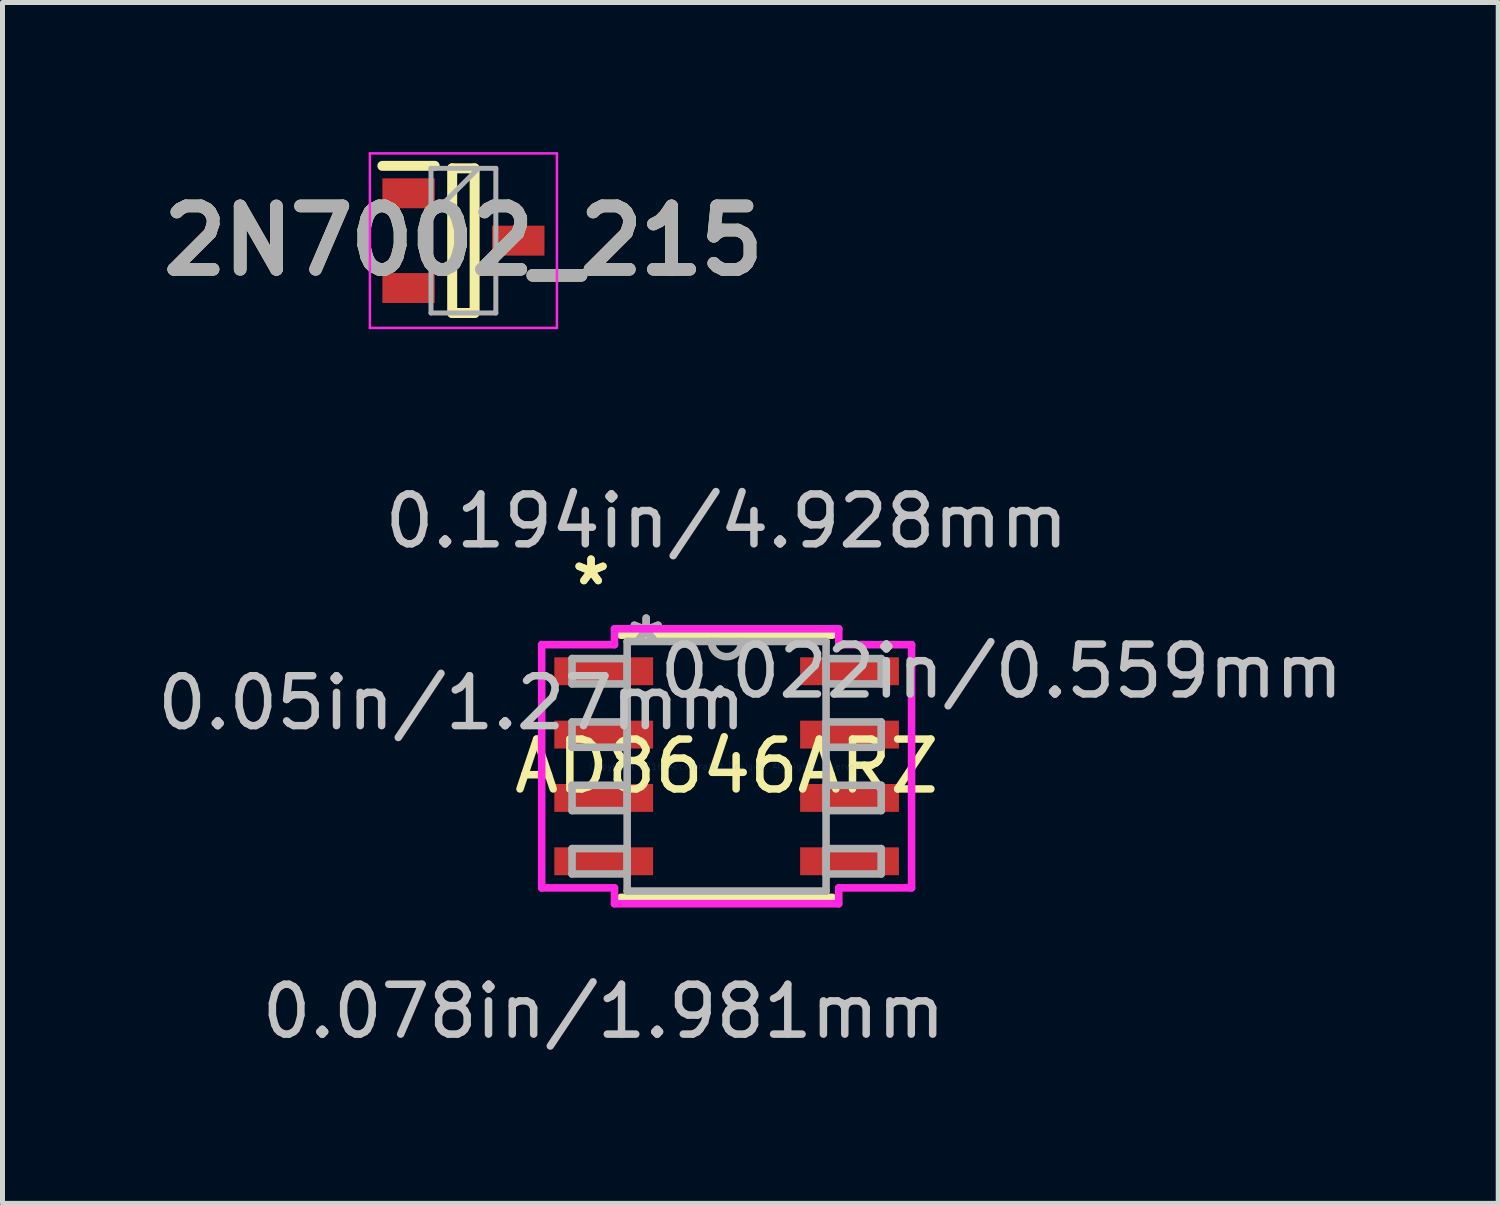
<source format=kicad_pcb>
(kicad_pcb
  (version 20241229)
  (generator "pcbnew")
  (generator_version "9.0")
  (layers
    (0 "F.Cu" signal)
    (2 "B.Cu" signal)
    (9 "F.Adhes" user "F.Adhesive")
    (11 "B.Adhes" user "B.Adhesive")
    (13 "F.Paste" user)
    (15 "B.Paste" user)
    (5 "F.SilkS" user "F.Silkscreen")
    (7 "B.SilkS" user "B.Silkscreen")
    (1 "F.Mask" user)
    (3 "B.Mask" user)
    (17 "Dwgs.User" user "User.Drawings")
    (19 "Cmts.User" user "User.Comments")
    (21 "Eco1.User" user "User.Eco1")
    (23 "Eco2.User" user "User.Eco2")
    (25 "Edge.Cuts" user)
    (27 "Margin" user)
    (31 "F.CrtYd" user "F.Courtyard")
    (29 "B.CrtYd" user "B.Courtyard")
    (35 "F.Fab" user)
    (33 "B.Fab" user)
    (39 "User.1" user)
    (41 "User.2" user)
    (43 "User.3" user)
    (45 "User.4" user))
  (footprint "AD8646ARZ"
    (layer "F.Cu")
    (at 11.518 12.313)
    (property "Reference" "AD8646ARZ" (at 0 0 0) (layer "F.SilkS") (effects (font (size 1 1) (thickness 0.15))))
    (attr through_hole)
    (fp_line (start -2.121 2.629) (end 2.121 2.629) (stroke (width 0.152) (type solid)) (layer "F.SilkS"))
    (fp_line (start 2.121 -2.629) (end -2.121 -2.629) (stroke (width 0.152) (type solid)) (layer "F.SilkS"))
    (fp_line (start -3.708 -2.438) (end -2.248 -2.438) (stroke (width 0.152) (type solid)) (layer "F.CrtYd"))
    (fp_line (start -3.708 2.438) (end -3.708 -2.438) (stroke (width 0.152) (type solid)) (layer "F.CrtYd"))
    (fp_line (start -2.248 -2.756) (end 2.248 -2.756) (stroke (width 0.152) (type solid)) (layer "F.CrtYd"))
    (fp_line (start -2.248 -2.438) (end -2.248 -2.756) (stroke (width 0.152) (type solid)) (layer "F.CrtYd"))
    (fp_line (start -2.248 2.438) (end -3.708 2.438) (stroke (width 0.152) (type solid)) (layer "F.CrtYd"))
    (fp_line (start -2.248 2.756) (end -2.248 2.438) (stroke (width 0.152) (type solid)) (layer "F.CrtYd"))
    (fp_line (start 2.248 -2.756) (end 2.248 -2.438) (stroke (width 0.152) (type solid)) (layer "F.CrtYd"))
    (fp_line (start 2.248 -2.438) (end 3.708 -2.438) (stroke (width 0.152) (type solid)) (layer "F.CrtYd"))
    (fp_line (start 2.248 2.438) (end 2.248 2.756) (stroke (width 0.152) (type solid)) (layer "F.CrtYd"))
    (fp_line (start 2.248 2.756) (end -2.248 2.756) (stroke (width 0.152) (type solid)) (layer "F.CrtYd"))
    (fp_line (start 3.708 -2.438) (end 3.708 2.438) (stroke (width 0.152) (type solid)) (layer "F.CrtYd"))
    (fp_line (start 3.708 2.438) (end 2.248 2.438) (stroke (width 0.152) (type solid)) (layer "F.CrtYd"))
    (fp_line (start -3.099 -2.159) (end -3.099 -1.651) (stroke (width 0.152) (type solid)) (layer "F.Fab"))
    (fp_line (start -3.099 -1.651) (end -1.994 -1.651) (stroke (width 0.152) (type solid)) (layer "F.Fab"))
    (fp_line (start -3.099 -0.889) (end -3.099 -0.381) (stroke (width 0.152) (type solid)) (layer "F.Fab"))
    (fp_line (start -3.099 -0.381) (end -1.994 -0.381) (stroke (width 0.152) (type solid)) (layer "F.Fab"))
    (fp_line (start -3.099 0.381) (end -3.099 0.889) (stroke (width 0.152) (type solid)) (layer "F.Fab"))
    (fp_line (start -3.099 0.889) (end -1.994 0.889) (stroke (width 0.152) (type solid)) (layer "F.Fab"))
    (fp_line (start -3.099 1.651) (end -3.099 2.159) (stroke (width 0.152) (type solid)) (layer "F.Fab"))
    (fp_line (start -3.099 2.159) (end -1.994 2.159) (stroke (width 0.152) (type solid)) (layer "F.Fab"))
    (fp_line (start -1.994 -2.502) (end -1.994 2.502) (stroke (width 0.152) (type solid)) (layer "F.Fab"))
    (fp_line (start -1.994 -2.159) (end -3.099 -2.159) (stroke (width 0.152) (type solid)) (layer "F.Fab"))
    (fp_line (start -1.994 -1.651) (end -1.994 -2.159) (stroke (width 0.152) (type solid)) (layer "F.Fab"))
    (fp_line (start -1.994 -0.889) (end -3.099 -0.889) (stroke (width 0.152) (type solid)) (layer "F.Fab"))
    (fp_line (start -1.994 -0.381) (end -1.994 -0.889) (stroke (width 0.152) (type solid)) (layer "F.Fab"))
    (fp_line (start -1.994 0.381) (end -3.099 0.381) (stroke (width 0.152) (type solid)) (layer "F.Fab"))
    (fp_line (start -1.994 0.889) (end -1.994 0.381) (stroke (width 0.152) (type solid)) (layer "F.Fab"))
    (fp_line (start -1.994 1.651) (end -3.099 1.651) (stroke (width 0.152) (type solid)) (layer "F.Fab"))
    (fp_line (start -1.994 2.159) (end -1.994 1.651) (stroke (width 0.152) (type solid)) (layer "F.Fab"))
    (fp_line (start -1.994 2.502) (end 1.994 2.502) (stroke (width 0.152) (type solid)) (layer "F.Fab"))
    (fp_line (start 1.994 -2.502) (end -1.994 -2.502) (stroke (width 0.152) (type solid)) (layer "F.Fab"))
    (fp_line (start 1.994 -2.159) (end 1.994 -1.651) (stroke (width 0.152) (type solid)) (layer "F.Fab"))
    (fp_line (start 1.994 -1.651) (end 3.099 -1.651) (stroke (width 0.152) (type solid)) (layer "F.Fab"))
    (fp_line (start 1.994 -0.889) (end 1.994 -0.381) (stroke (width 0.152) (type solid)) (layer "F.Fab"))
    (fp_line (start 1.994 -0.381) (end 3.099 -0.381) (stroke (width 0.152) (type solid)) (layer "F.Fab"))
    (fp_line (start 1.994 0.381) (end 1.994 0.889) (stroke (width 0.152) (type solid)) (layer "F.Fab"))
    (fp_line (start 1.994 0.889) (end 3.099 0.889) (stroke (width 0.152) (type solid)) (layer "F.Fab"))
    (fp_line (start 1.994 1.651) (end 1.994 2.159) (stroke (width 0.152) (type solid)) (layer "F.Fab"))
    (fp_line (start 1.994 2.159) (end 3.099 2.159) (stroke (width 0.152) (type solid)) (layer "F.Fab"))
    (fp_line (start 1.994 2.502) (end 1.994 -2.502) (stroke (width 0.152) (type solid)) (layer "F.Fab"))
    (fp_line (start 3.099 -2.159) (end 1.994 -2.159) (stroke (width 0.152) (type solid)) (layer "F.Fab"))
    (fp_line (start 3.099 -1.651) (end 3.099 -2.159) (stroke (width 0.152) (type solid)) (layer "F.Fab"))
    (fp_line (start 3.099 -0.889) (end 1.994 -0.889) (stroke (width 0.152) (type solid)) (layer "F.Fab"))
    (fp_line (start 3.099 -0.381) (end 3.099 -0.889) (stroke (width 0.152) (type solid)) (layer "F.Fab"))
    (fp_line (start 3.099 0.381) (end 1.994 0.381) (stroke (width 0.152) (type solid)) (layer "F.Fab"))
    (fp_line (start 3.099 0.889) (end 3.099 0.381) (stroke (width 0.152) (type solid)) (layer "F.Fab"))
    (fp_line (start 3.099 1.651) (end 1.994 1.651) (stroke (width 0.152) (type solid)) (layer "F.Fab"))
    (fp_line (start 3.099 2.159) (end 3.099 1.651) (stroke (width 0.152) (type solid)) (layer "F.Fab"))
    (fp_arc (start 0.3048 -2.5019) (mid 0 -2.1971) (end -0.3048 -2.5019) (stroke (width 0.1524) (type solid)) (layer "F.Fab"))
    (fp_text user "*" (at -2.718 -3.607 0) (layer "F.SilkS") (effects (font (size 1 1) (thickness 0.15))))
    (fp_text user "*" (at -2.718 -3.607 0) (layer "F.SilkS") (effects (font (size 1 1) (thickness 0.15))))
    (fp_text user "0.078in/1.981mm" (at -2.464 4.915 0) (layer "Dwgs.User") (effects (font (size 1 1) (thickness 0.15))))
    (fp_text user "0.022in/0.559mm" (at 5.512 -1.905 0) (layer "Dwgs.User") (effects (font (size 1 1) (thickness 0.15))))
    (fp_text user "0.05in/1.27mm" (at -5.512 -1.27 0) (layer "Dwgs.User") (effects (font (size 1 1) (thickness 0.15))))
    (fp_text user "0.194in/4.928mm" (at 0 -4.915 0) (layer "Dwgs.User") (effects (font (size 1 1) (thickness 0.15))))
    (fp_text user "Copyright 2016 Accelerated Designs. All rights reserved." (at 0 0 0) (layer "Cmts.User") (effects (font (size 0.127 0.127) (thickness 0.002))))
    (fp_text user "*" (at -1.613 -2.426 0) (layer "F.Fab") (effects (font (size 1 1) (thickness 0.15))))
    (fp_text user "*" (at -1.613 -2.426 0) (layer "F.Fab") (effects (font (size 1 1) (thickness 0.15))))
    (pad "1" smd rect (at -2.464 -1.905) (size 1.981 0.559) (layers "F.Cu" "F.Mask" "F.Paste"))
    (pad "2" smd rect (at -2.464 -0.635) (size 1.981 0.559) (layers "F.Cu" "F.Mask" "F.Paste"))
    (pad "3" smd rect (at -2.464 0.635) (size 1.981 0.559) (layers "F.Cu" "F.Mask" "F.Paste"))
    (pad "4" smd rect (at -2.464 1.905) (size 1.981 0.559) (layers "F.Cu" "F.Mask" "F.Paste"))
    (pad "5" smd rect (at 2.464 1.905) (size 1.981 0.559) (layers "F.Cu" "F.Mask" "F.Paste"))
    (pad "6" smd rect (at 2.464 0.635) (size 1.981 0.559) (layers "F.Cu" "F.Mask" "F.Paste"))
    (pad "7" smd rect (at 2.464 -0.635) (size 1.981 0.559) (layers "F.Cu" "F.Mask" "F.Paste"))
    (pad "8" smd rect (at 2.464 -1.905) (size 1.981 0.559) (layers "F.Cu" "F.Mask" "F.Paste")))
  (footprint "2N7002_215"
    (layer "F.Cu")
    (at 6.241 1.775)
    (property "Reference" "2N7002_215" (at 0 0 0) (layer "F.SilkS") (effects (font (size 1.27 1.27) (thickness 0.254))))
    (attr smd)
    (fp_line (start -1.625 -1.5) (end -0.575 -1.5) (stroke (width 0.2) (type solid)) (layer "F.SilkS"))
    (fp_line (start -0.225 -1.45) (end 0.225 -1.45) (stroke (width 0.2) (type solid)) (layer "F.SilkS"))
    (fp_line (start -0.225 1.45) (end -0.225 -1.45) (stroke (width 0.2) (type solid)) (layer "F.SilkS"))
    (fp_line (start 0.225 -1.45) (end 0.225 1.45) (stroke (width 0.2) (type solid)) (layer "F.SilkS"))
    (fp_line (start 0.225 1.45) (end -0.225 1.45) (stroke (width 0.2) (type solid)) (layer "F.SilkS"))
    (fp_line (start -1.875 -1.75) (end 1.875 -1.75) (stroke (width 0.05) (type solid)) (layer "F.CrtYd"))
    (fp_line (start -1.875 1.75) (end -1.875 -1.75) (stroke (width 0.05) (type solid)) (layer "F.CrtYd"))
    (fp_line (start 1.875 -1.75) (end 1.875 1.75) (stroke (width 0.05) (type solid)) (layer "F.CrtYd"))
    (fp_line (start 1.875 1.75) (end -1.875 1.75) (stroke (width 0.05) (type solid)) (layer "F.CrtYd"))
    (fp_line (start -0.65 -1.45) (end 0.65 -1.45) (stroke (width 0.1) (type solid)) (layer "F.Fab"))
    (fp_line (start -0.65 -0.5) (end 0.3 -1.45) (stroke (width 0.1) (type solid)) (layer "F.Fab"))
    (fp_line (start -0.65 1.45) (end -0.65 -1.45) (stroke (width 0.1) (type solid)) (layer "F.Fab"))
    (fp_line (start 0.65 -1.45) (end 0.65 1.45) (stroke (width 0.1) (type solid)) (layer "F.Fab"))
    (fp_line (start 0.65 1.45) (end -0.65 1.45) (stroke (width 0.1) (type solid)) (layer "F.Fab"))
    (fp_text user "${REFERENCE}" (at 0 0 0) (layer "F.Fab") (effects (font (size 1.27 1.27) (thickness 0.254))))
    (pad "1" smd rect (at -1.1 -0.95 90) (size 0.6 1.05) (layers "F.Cu" "F.Mask" "F.Paste"))
    (pad "2" smd rect (at -1.1 0.95 90) (size 0.6 1.05) (layers "F.Cu" "F.Mask" "F.Paste"))
    (pad "3" smd rect (at 1.1 0 90) (size 0.6 1.05) (layers "F.Cu" "F.Mask" "F.Paste")))
  (gr_rect
    (start -3 -3)
    (end 26.988 21.076)
    (stroke (width 0.1) (type default))
    (fill no)
    (layer "Edge.Cuts")))
</source>
